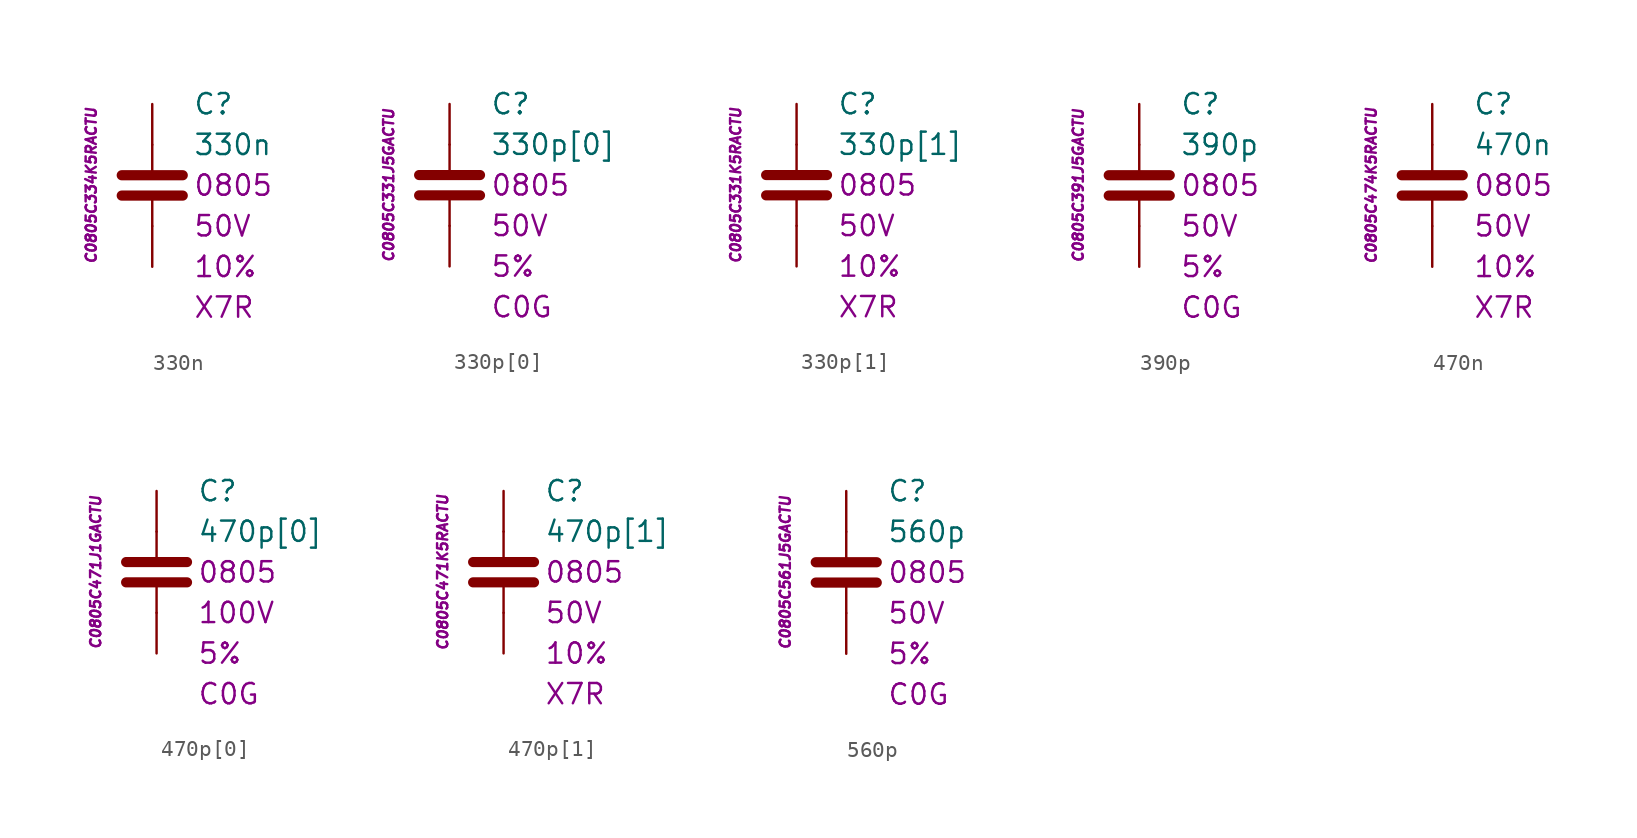
<source format=kicad_sym>
(kicad_symbol_lib
  (version 20201005)
  (generator kicad_symbol_editor)
  (symbol "C.Kemet.MLCC.0805:330n"
    (pin_numbers hide)
    (pin_names
      (offset 1.016) hide)
    (property "Reference" "C"
      (at 2.54 5.08 0)
      (effects (font (size 1.27 1.27)) (justify left)))
    (property "Value" "330n"
      (at 2.54 2.54 0)
      (effects (font (size 1.27 1.27)) (justify left)))
    (property "Package" "0805"
      (at 2.54 0 0)
      (effects (font (size 1.27 1.27)) (justify left)))
    (property "Voltage" "50V"
      (at 2.54 -2.54 0)
      (effects (font (size 1.27 1.27)) (justify left)))
    (property "Tolerance" "10%"
      (at 2.54 -5.08 0)
      (effects (font (size 1.27 1.27)) (justify left)))
    (property "Dielectric" "X7R"
      (at 2.54 -7.62 0)
      (effects (font (size 1.27 1.27)) (justify left)))
    (property "ID" "C0805C334K5RACTU"
      (at -3.81 0 90)
      (effects (font (size 0.635 0.635) italic)))
    (symbol "330n_0_1"
      (polyline (pts (xy -1.905 -0.635) (xy 1.905 -0.635)) (stroke (width 0.635)) (fill (type none)))
      (polyline (pts (xy -1.905 0.635) (xy 1.905 0.635)) (stroke (width 0.635)) (fill (type none)))
      (polyline (pts (xy 0 -2.54) (xy 0 -0.635)) (stroke (width 0.152)) (fill (type none)))
      (polyline (pts (xy 0 0.635) (xy 0 2.54)) (stroke (width 0.152)) (fill (type none))))
    (symbol "330n_1_1"
      (pin passive line (at 0 5.08 270) (length 2.54) (name "~" (effects (font (size 1.778 1.778)))) (number "1" (effects (font (size 1.778 1.778)))))
      (pin passive line (at 0 -5.08 90) (length 2.54) (name "~" (effects (font (size 1.778 1.778)))) (number "2" (effects (font (size 1.778 1.778)))))))
  (symbol "C.Kemet.MLCC.0805:330p[0]"
    (pin_numbers hide)
    (pin_names
      (offset 1.016) hide)
    (property "Reference" "C"
      (at 2.54 5.08 0)
      (effects (font (size 1.27 1.27)) (justify left)))
    (property "Value" "330p[0]"
      (at 2.54 2.54 0)
      (effects (font (size 1.27 1.27)) (justify left)))
    (property "Package" "0805"
      (at 2.54 0 0)
      (effects (font (size 1.27 1.27)) (justify left)))
    (property "Voltage" "50V"
      (at 2.54 -2.54 0)
      (effects (font (size 1.27 1.27)) (justify left)))
    (property "Tolerance" "5%"
      (at 2.54 -5.08 0)
      (effects (font (size 1.27 1.27)) (justify left)))
    (property "Dielectric" "C0G"
      (at 2.54 -7.62 0)
      (effects (font (size 1.27 1.27)) (justify left)))
    (property "ID" "C0805C331J5GACTU"
      (at -3.81 0 90)
      (effects (font (size 0.635 0.635) italic)))
    (symbol "330p[0]_0_1"
      (polyline (pts (xy -1.905 -0.635) (xy 1.905 -0.635)) (stroke (width 0.635)) (fill (type none)))
      (polyline (pts (xy -1.905 0.635) (xy 1.905 0.635)) (stroke (width 0.635)) (fill (type none)))
      (polyline (pts (xy 0 -2.54) (xy 0 -0.635)) (stroke (width 0.152)) (fill (type none)))
      (polyline (pts (xy 0 0.635) (xy 0 2.54)) (stroke (width 0.152)) (fill (type none))))
    (symbol "330p[0]_1_1"
      (pin passive line (at 0 5.08 270) (length 2.54) (name "~" (effects (font (size 1.778 1.778)))) (number "1" (effects (font (size 1.778 1.778)))))
      (pin passive line (at 0 -5.08 90) (length 2.54) (name "~" (effects (font (size 1.778 1.778)))) (number "2" (effects (font (size 1.778 1.778)))))))
  (symbol "C.Kemet.MLCC.0805:330p[1]"
    (pin_numbers hide)
    (pin_names
      (offset 1.016) hide)
    (property "Reference" "C"
      (at 2.54 5.08 0)
      (effects (font (size 1.27 1.27)) (justify left)))
    (property "Value" "330p[1]"
      (at 2.54 2.54 0)
      (effects (font (size 1.27 1.27)) (justify left)))
    (property "Package" "0805"
      (at 2.54 0 0)
      (effects (font (size 1.27 1.27)) (justify left)))
    (property "Voltage" "50V"
      (at 2.54 -2.54 0)
      (effects (font (size 1.27 1.27)) (justify left)))
    (property "Tolerance" "10%"
      (at 2.54 -5.08 0)
      (effects (font (size 1.27 1.27)) (justify left)))
    (property "Dielectric" "X7R"
      (at 2.54 -7.62 0)
      (effects (font (size 1.27 1.27)) (justify left)))
    (property "ID" "C0805C331K5RACTU"
      (at -3.81 0 90)
      (effects (font (size 0.635 0.635) italic)))
    (symbol "330p[1]_0_1"
      (polyline (pts (xy -1.905 -0.635) (xy 1.905 -0.635)) (stroke (width 0.635)) (fill (type none)))
      (polyline (pts (xy -1.905 0.635) (xy 1.905 0.635)) (stroke (width 0.635)) (fill (type none)))
      (polyline (pts (xy 0 -2.54) (xy 0 -0.635)) (stroke (width 0.152)) (fill (type none)))
      (polyline (pts (xy 0 0.635) (xy 0 2.54)) (stroke (width 0.152)) (fill (type none))))
    (symbol "330p[1]_1_1"
      (pin passive line (at 0 5.08 270) (length 2.54) (name "~" (effects (font (size 1.778 1.778)))) (number "1" (effects (font (size 1.778 1.778)))))
      (pin passive line (at 0 -5.08 90) (length 2.54) (name "~" (effects (font (size 1.778 1.778)))) (number "2" (effects (font (size 1.778 1.778)))))))
  (symbol "C.Kemet.MLCC.0805:390p"
    (pin_numbers hide)
    (pin_names
      (offset 1.016) hide)
    (property "Reference" "C"
      (at 2.54 5.08 0)
      (effects (font (size 1.27 1.27)) (justify left)))
    (property "Value" "390p"
      (at 2.54 2.54 0)
      (effects (font (size 1.27 1.27)) (justify left)))
    (property "Package" "0805"
      (at 2.54 0 0)
      (effects (font (size 1.27 1.27)) (justify left)))
    (property "Voltage" "50V"
      (at 2.54 -2.54 0)
      (effects (font (size 1.27 1.27)) (justify left)))
    (property "Tolerance" "5%"
      (at 2.54 -5.08 0)
      (effects (font (size 1.27 1.27)) (justify left)))
    (property "Dielectric" "C0G"
      (at 2.54 -7.62 0)
      (effects (font (size 1.27 1.27)) (justify left)))
    (property "ID" "C0805C391J5GACTU"
      (at -3.81 0 90)
      (effects (font (size 0.635 0.635) italic)))
    (symbol "390p_0_1"
      (polyline (pts (xy -1.905 -0.635) (xy 1.905 -0.635)) (stroke (width 0.635)) (fill (type none)))
      (polyline (pts (xy -1.905 0.635) (xy 1.905 0.635)) (stroke (width 0.635)) (fill (type none)))
      (polyline (pts (xy 0 -2.54) (xy 0 -0.635)) (stroke (width 0.152)) (fill (type none)))
      (polyline (pts (xy 0 0.635) (xy 0 2.54)) (stroke (width 0.152)) (fill (type none))))
    (symbol "390p_1_1"
      (pin passive line (at 0 5.08 270) (length 2.54) (name "~" (effects (font (size 1.778 1.778)))) (number "1" (effects (font (size 1.778 1.778)))))
      (pin passive line (at 0 -5.08 90) (length 2.54) (name "~" (effects (font (size 1.778 1.778)))) (number "2" (effects (font (size 1.778 1.778)))))))
  (symbol "C.Kemet.MLCC.0805:470n"
    (pin_numbers hide)
    (pin_names
      (offset 1.016) hide)
    (property "Reference" "C"
      (at 2.54 5.08 0)
      (effects (font (size 1.27 1.27)) (justify left)))
    (property "Value" "470n"
      (at 2.54 2.54 0)
      (effects (font (size 1.27 1.27)) (justify left)))
    (property "Package" "0805"
      (at 2.54 0 0)
      (effects (font (size 1.27 1.27)) (justify left)))
    (property "Voltage" "50V"
      (at 2.54 -2.54 0)
      (effects (font (size 1.27 1.27)) (justify left)))
    (property "Tolerance" "10%"
      (at 2.54 -5.08 0)
      (effects (font (size 1.27 1.27)) (justify left)))
    (property "Dielectric" "X7R"
      (at 2.54 -7.62 0)
      (effects (font (size 1.27 1.27)) (justify left)))
    (property "ID" "C0805C474K5RACTU"
      (at -3.81 0 90)
      (effects (font (size 0.635 0.635) italic)))
    (symbol "470n_0_1"
      (polyline (pts (xy -1.905 -0.635) (xy 1.905 -0.635)) (stroke (width 0.635)) (fill (type none)))
      (polyline (pts (xy -1.905 0.635) (xy 1.905 0.635)) (stroke (width 0.635)) (fill (type none)))
      (polyline (pts (xy 0 -2.54) (xy 0 -0.635)) (stroke (width 0.152)) (fill (type none)))
      (polyline (pts (xy 0 0.635) (xy 0 2.54)) (stroke (width 0.152)) (fill (type none))))
    (symbol "470n_1_1"
      (pin passive line (at 0 5.08 270) (length 2.54) (name "~" (effects (font (size 1.778 1.778)))) (number "1" (effects (font (size 1.778 1.778)))))
      (pin passive line (at 0 -5.08 90) (length 2.54) (name "~" (effects (font (size 1.778 1.778)))) (number "2" (effects (font (size 1.778 1.778)))))))
  (symbol "C.Kemet.MLCC.0805:470p[0]"
    (pin_numbers hide)
    (pin_names
      (offset 1.016) hide)
    (property "Reference" "C"
      (at 2.54 5.08 0)
      (effects (font (size 1.27 1.27)) (justify left)))
    (property "Value" "470p[0]"
      (at 2.54 2.54 0)
      (effects (font (size 1.27 1.27)) (justify left)))
    (property "Package" "0805"
      (at 2.54 0 0)
      (effects (font (size 1.27 1.27)) (justify left)))
    (property "Voltage" "100V"
      (at 2.54 -2.54 0)
      (effects (font (size 1.27 1.27)) (justify left)))
    (property "Tolerance" "5%"
      (at 2.54 -5.08 0)
      (effects (font (size 1.27 1.27)) (justify left)))
    (property "Dielectric" "C0G"
      (at 2.54 -7.62 0)
      (effects (font (size 1.27 1.27)) (justify left)))
    (property "ID" "C0805C471J1GACTU"
      (at -3.81 0 90)
      (effects (font (size 0.635 0.635) italic)))
    (symbol "470p[0]_0_1"
      (polyline (pts (xy -1.905 -0.635) (xy 1.905 -0.635)) (stroke (width 0.635)) (fill (type none)))
      (polyline (pts (xy -1.905 0.635) (xy 1.905 0.635)) (stroke (width 0.635)) (fill (type none)))
      (polyline (pts (xy 0 -2.54) (xy 0 -0.635)) (stroke (width 0.152)) (fill (type none)))
      (polyline (pts (xy 0 0.635) (xy 0 2.54)) (stroke (width 0.152)) (fill (type none))))
    (symbol "470p[0]_1_1"
      (pin passive line (at 0 5.08 270) (length 2.54) (name "~" (effects (font (size 1.778 1.778)))) (number "1" (effects (font (size 1.778 1.778)))))
      (pin passive line (at 0 -5.08 90) (length 2.54) (name "~" (effects (font (size 1.778 1.778)))) (number "2" (effects (font (size 1.778 1.778)))))))
  (symbol "C.Kemet.MLCC.0805:470p[1]"
    (pin_numbers hide)
    (pin_names
      (offset 1.016) hide)
    (property "Reference" "C"
      (at 2.54 5.08 0)
      (effects (font (size 1.27 1.27)) (justify left)))
    (property "Value" "470p[1]"
      (at 2.54 2.54 0)
      (effects (font (size 1.27 1.27)) (justify left)))
    (property "Package" "0805"
      (at 2.54 0 0)
      (effects (font (size 1.27 1.27)) (justify left)))
    (property "Voltage" "50V"
      (at 2.54 -2.54 0)
      (effects (font (size 1.27 1.27)) (justify left)))
    (property "Tolerance" "10%"
      (at 2.54 -5.08 0)
      (effects (font (size 1.27 1.27)) (justify left)))
    (property "Dielectric" "X7R"
      (at 2.54 -7.62 0)
      (effects (font (size 1.27 1.27)) (justify left)))
    (property "ID" "C0805C471K5RACTU"
      (at -3.81 0 90)
      (effects (font (size 0.635 0.635) italic)))
    (symbol "470p[1]_0_1"
      (polyline (pts (xy -1.905 -0.635) (xy 1.905 -0.635)) (stroke (width 0.635)) (fill (type none)))
      (polyline (pts (xy -1.905 0.635) (xy 1.905 0.635)) (stroke (width 0.635)) (fill (type none)))
      (polyline (pts (xy 0 -2.54) (xy 0 -0.635)) (stroke (width 0.152)) (fill (type none)))
      (polyline (pts (xy 0 0.635) (xy 0 2.54)) (stroke (width 0.152)) (fill (type none))))
    (symbol "470p[1]_1_1"
      (pin passive line (at 0 5.08 270) (length 2.54) (name "~" (effects (font (size 1.778 1.778)))) (number "1" (effects (font (size 1.778 1.778)))))
      (pin passive line (at 0 -5.08 90) (length 2.54) (name "~" (effects (font (size 1.778 1.778)))) (number "2" (effects (font (size 1.778 1.778)))))))
  (symbol "C.Kemet.MLCC.0805:560p"
    (pin_numbers hide)
    (pin_names
      (offset 1.016) hide)
    (property "Reference" "C"
      (at 2.54 5.08 0)
      (effects (font (size 1.27 1.27)) (justify left)))
    (property "Value" "560p"
      (at 2.54 2.54 0)
      (effects (font (size 1.27 1.27)) (justify left)))
    (property "Package" "0805"
      (at 2.54 0 0)
      (effects (font (size 1.27 1.27)) (justify left)))
    (property "Voltage" "50V"
      (at 2.54 -2.54 0)
      (effects (font (size 1.27 1.27)) (justify left)))
    (property "Tolerance" "5%"
      (at 2.54 -5.08 0)
      (effects (font (size 1.27 1.27)) (justify left)))
    (property "Dielectric" "C0G"
      (at 2.54 -7.62 0)
      (effects (font (size 1.27 1.27)) (justify left)))
    (property "ID" "C0805C561J5GACTU"
      (at -3.81 0 90)
      (effects (font (size 0.635 0.635) italic)))
    (symbol "560p_0_1"
      (polyline (pts (xy -1.905 -0.635) (xy 1.905 -0.635)) (stroke (width 0.635)) (fill (type none)))
      (polyline (pts (xy -1.905 0.635) (xy 1.905 0.635)) (stroke (width 0.635)) (fill (type none)))
      (polyline (pts (xy 0 -2.54) (xy 0 -0.635)) (stroke (width 0.152)) (fill (type none)))
      (polyline (pts (xy 0 0.635) (xy 0 2.54)) (stroke (width 0.152)) (fill (type none))))
    (symbol "560p_1_1"
      (pin passive line (at 0 5.08 270) (length 2.54) (name "~" (effects (font (size 1.778 1.778)))) (number "1" (effects (font (size 1.778 1.778)))))
      (pin passive line (at 0 -5.08 90) (length 2.54) (name "~" (effects (font (size 1.778 1.778)))) (number "2" (effects (font (size 1.778 1.778))))))))
</source>
